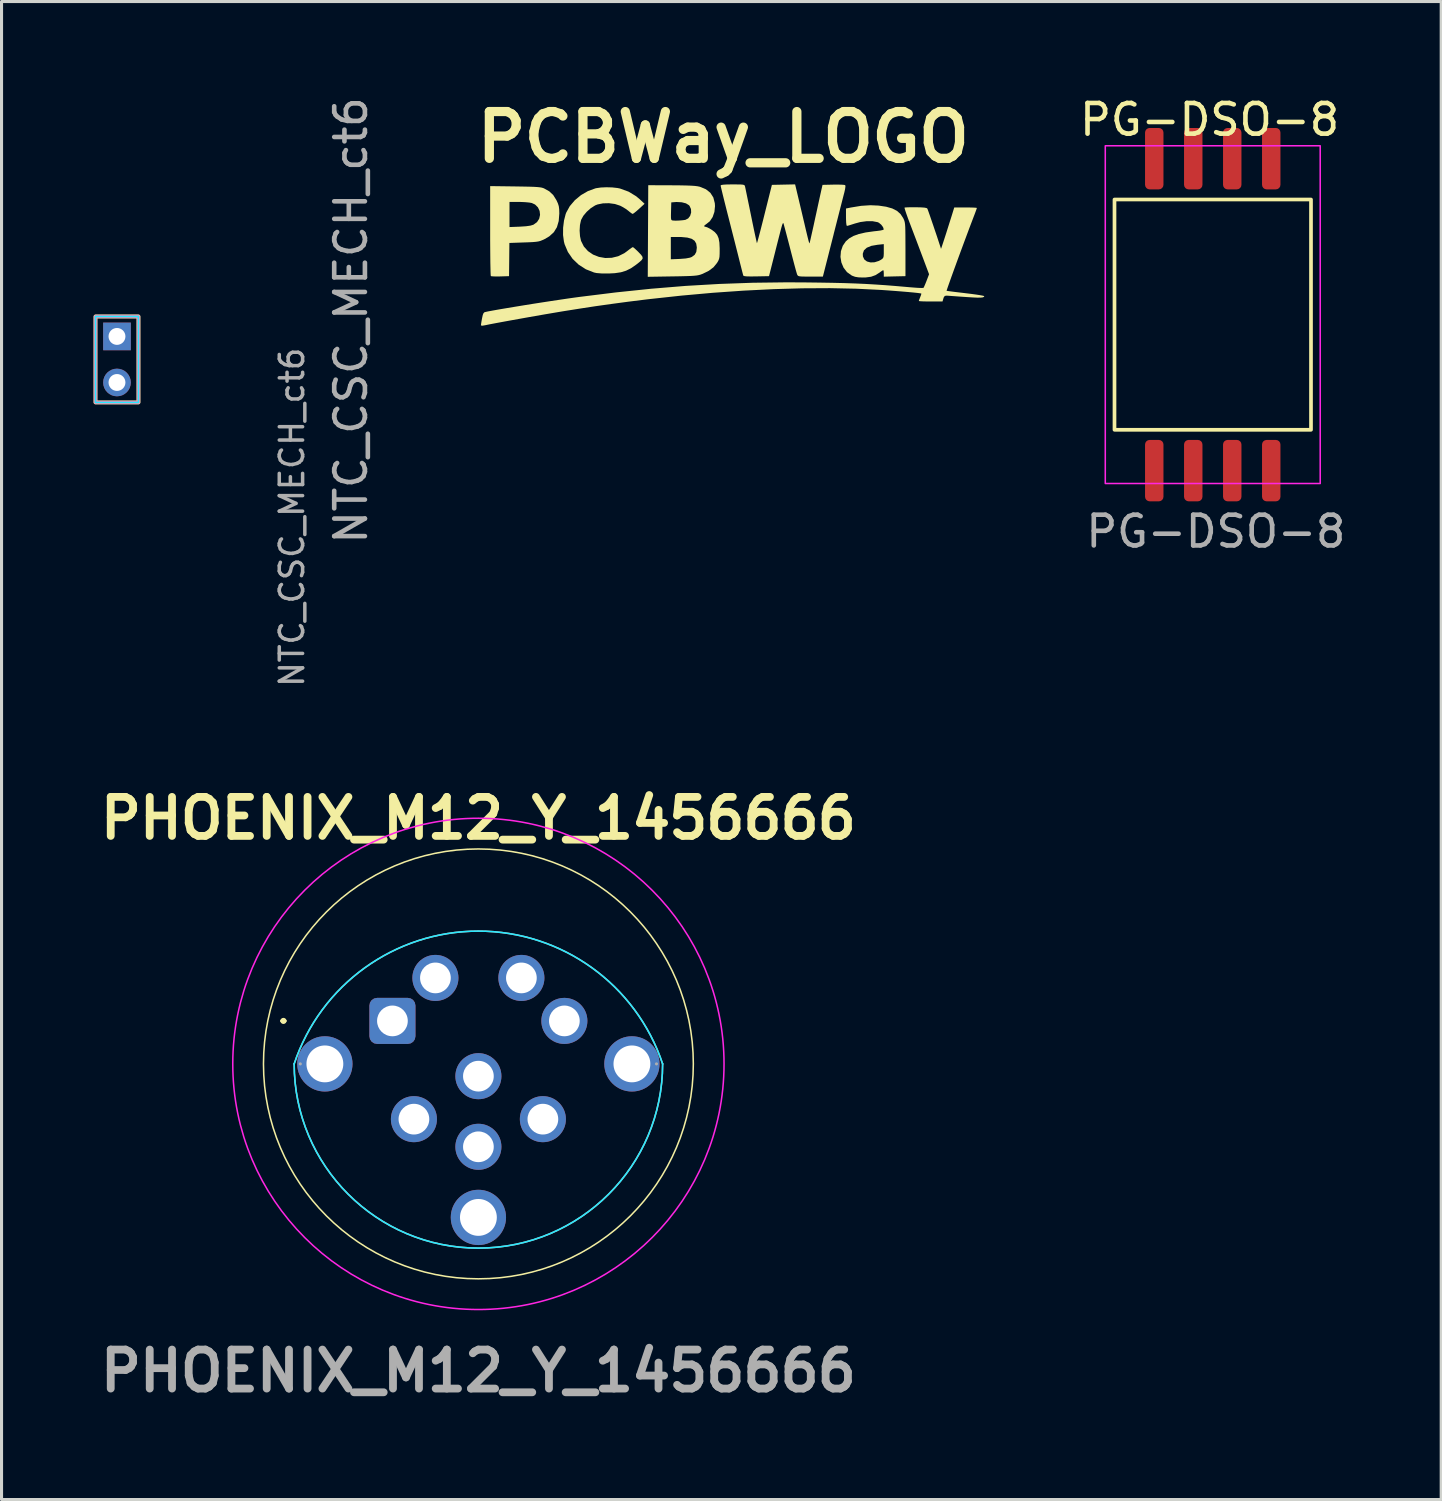
<source format=kicad_pcb>
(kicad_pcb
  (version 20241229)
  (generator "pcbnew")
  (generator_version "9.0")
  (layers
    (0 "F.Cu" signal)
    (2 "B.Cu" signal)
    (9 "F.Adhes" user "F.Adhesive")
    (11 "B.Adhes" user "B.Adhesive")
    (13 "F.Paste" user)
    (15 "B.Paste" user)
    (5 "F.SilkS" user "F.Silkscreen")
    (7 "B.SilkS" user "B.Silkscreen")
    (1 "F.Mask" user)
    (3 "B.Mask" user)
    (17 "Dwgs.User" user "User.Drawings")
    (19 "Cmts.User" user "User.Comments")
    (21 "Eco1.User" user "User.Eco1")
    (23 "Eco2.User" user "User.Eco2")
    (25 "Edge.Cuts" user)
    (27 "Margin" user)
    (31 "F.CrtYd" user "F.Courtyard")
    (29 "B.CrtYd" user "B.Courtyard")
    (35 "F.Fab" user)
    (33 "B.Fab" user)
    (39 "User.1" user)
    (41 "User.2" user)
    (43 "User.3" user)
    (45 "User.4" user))
  (footprint "NTC_CSC_MECH_ct6"
    (layer "F.Cu")
    (at 0.76 8.657)
    (property "Reference" "NTC_CSC_MECH_ct6" (at 7.62 -1.27 90) (layer "F.Fab") (effects (font (size 1 1) (thickness 0.15))))
    (attr through_hole)
    (fp_rect (start -0.7 -1.4) (end 0.7 1.4) (stroke (width 0.12) (type default)) (fill no) (layer "F.SilkS"))
    (fp_rect (start -0.7 -1.4) (end 0.7 1.4) (stroke (width 0.12) (type default)) (fill no) (layer "B.SilkS"))
    (fp_rect (start -0.7 -1.4) (end 0.7 1.4) (stroke (width 0.05) (type default)) (fill no) (layer "B.CrtYd"))
    (fp_rect (start -0.7 -1.4) (end 0.7 1.4) (stroke (width 0.05) (type default)) (fill no) (layer "F.CrtYd"))
    (fp_text user "${REFERENCE}" (at 5.7 5.14 90) (layer "F.Fab") (effects (font (size 0.76 0.76) (thickness 0.114))))
    (pad "1" thru_hole rect (at 0 -0.75) (size 0.9 0.9) (drill 0.55) (layers "*.Cu" "*.Mask"))
    (pad "2" thru_hole circle (at 0 0.75) (size 0.9 0.9) (drill 0.55) (layers "*.Cu" "*.Mask")))
  (footprint "PHOENIX_M12_Y_1456666"
    (layer "F.Cu")
    (at 12.531 31.6)
    (property "Reference" "PHOENIX_M12_Y_1456666" (at 0 -8 0) (layer "F.SilkS") (effects (font (size 1.27 1.27) (thickness 0.254))))
    (attr through_hole)
    (fp_line (start -6.4 -1.4) (end -6.4 -1.4) (stroke (width 0.1) (type solid)) (layer "F.SilkS"))
    (fp_line (start -6.3 -1.4) (end -6.3 -1.4) (stroke (width 0.1) (type solid)) (layer "F.SilkS"))
    (fp_arc (start -6.4 -1.4) (mid -6.35 -1.45) (end -6.3 -1.4) (stroke (width 0.1) (type solid)) (layer "F.SilkS"))
    (fp_arc (start -6.3 -1.4) (mid -6.35 -1.35) (end -6.4 -1.4) (stroke (width 0.1) (type solid)) (layer "F.SilkS"))
    (fp_circle (center 0 0) (end 7 0) (stroke (width 0.05) (type default)) (fill no) (layer "F.SilkS"))
    (fp_arc (start -6 0) (mid 0 -4.324556) (end 6 0) (stroke (width 0.05) (type default)) (layer "B.SilkS"))
    (fp_arc (start 6 0) (mid 0 6) (end -6 0) (stroke (width 0.05) (type default)) (layer "B.SilkS"))
    (fp_arc (start -6 0) (mid 0 -4.324555) (end 6 0) (stroke (width 0.05) (type default)) (layer "B.CrtYd"))
    (fp_arc (start 6 0) (mid 0 6) (end -6 0) (stroke (width 0.05) (type default)) (layer "B.CrtYd"))
    (fp_circle (center 0 0) (end 8 0) (stroke (width 0.05) (type default)) (fill no) (layer "F.CrtYd"))
    (fp_line (start -5.8 0) (end -5.8 0) (stroke (width 0.1) (type solid)) (layer "F.Fab"))
    (fp_line (start 5.8 0) (end 5.8 0) (stroke (width 0.1) (type solid)) (layer "F.Fab"))
    (fp_text user "${REFERENCE}" (at 0 10 0) (layer "F.Fab") (effects (font (size 1.27 1.27) (thickness 0.254))))
    (pad "1" thru_hole roundrect (at -2.8 -1.4) (size 1.5 1.5) (drill 1) (layers "*.Cu" "*.Mask") (roundrect_rratio 0.167))
    (pad "2" thru_hole circle (at -1.4 -2.8) (size 1.5 1.5) (drill 1) (layers "*.Cu" "*.Mask"))
    (pad "3" thru_hole circle (at 1.4 -2.8) (size 1.5 1.5) (drill 1) (layers "*.Cu" "*.Mask"))
    (pad "4" thru_hole circle (at 2.8 -1.4) (size 1.5 1.5) (drill 1) (layers "*.Cu" "*.Mask"))
    (pad "5" thru_hole circle (at 2.1 1.8) (size 1.5 1.5) (drill 1) (layers "*.Cu" "*.Mask"))
    (pad "6" thru_hole circle (at 0 2.7) (size 1.5 1.5) (drill 1) (layers "*.Cu" "*.Mask"))
    (pad "7" thru_hole circle (at -2.1 1.8) (size 1.5 1.5) (drill 1) (layers "*.Cu" "*.Mask"))
    (pad "8" thru_hole circle (at 0 0.4) (size 1.5 1.5) (drill 1) (layers "*.Cu" "*.Mask"))
    (pad "MH1" thru_hole circle (at -5 0) (size 1.8 1.8) (drill 1.2) (layers "*.Cu" "*.Mask"))
    (pad "MH1" thru_hole circle (at 0 5) (size 1.8 1.8) (drill 1.2) (layers "*.Cu" "*.Mask"))
    (pad "MH1" thru_hole circle (at 5 0) (size 1.8 1.8) (drill 1.2) (layers "*.Cu" "*.Mask")))
  (footprint "PG-DSO-8"
    (layer "F.Cu")
    (at 36.448 7.198)
    (property "Reference" "PG-DSO-8" (at -0.102 -6.35 0) (unlocked yes) (layer "F.SilkS") (effects (font (size 1 1) (thickness 0.15))))
    (attr smd)
    (fp_rect (start -3.2 -3.75) (end 3.2 3.75) (stroke (width 0.12) (type solid)) (fill no) (layer "F.SilkS"))
    (fp_rect (start -3.5 -5.5) (end 3.5 5.5) (stroke (width 0.05) (type solid)) (fill no) (layer "F.CrtYd"))
    (fp_text user "${REFERENCE}" (at 0.102 7.061 0) (unlocked yes) (layer "F.Fab") (effects (font (size 1 1) (thickness 0.15))))
    (pad "1" smd roundrect (at -1.905 5.08) (size 0.6 2) (layers "F.Cu" "F.Mask" "F.Paste") (roundrect_rratio 0.25))
    (pad "2" smd roundrect (at -0.635 5.08) (size 0.6 2) (layers "F.Cu" "F.Mask" "F.Paste") (roundrect_rratio 0.25))
    (pad "3" smd roundrect (at 0.635 5.08) (size 0.6 2) (layers "F.Cu" "F.Mask" "F.Paste") (roundrect_rratio 0.25))
    (pad "4" smd roundrect (at 1.905 5.08) (size 0.6 2) (layers "F.Cu" "F.Mask" "F.Paste") (roundrect_rratio 0.25))
    (pad "5" smd roundrect (at 1.905 -5.08) (size 0.6 2) (layers "F.Cu" "F.Mask" "F.Paste") (roundrect_rratio 0.25))
    (pad "6" smd roundrect (at 0.635 -5.08) (size 0.6 2) (layers "F.Cu" "F.Mask" "F.Paste") (roundrect_rratio 0.25))
    (pad "7" smd roundrect (at -0.635 -5.08) (size 0.6 2) (layers "F.Cu" "F.Mask" "F.Paste") (roundrect_rratio 0.25))
    (pad "8" smd roundrect (at -1.905 -5.08) (size 0.6 2) (layers "F.Cu" "F.Mask" "F.Paste") (roundrect_rratio 0.25)))
  (footprint "PCBWay_LOGO"
    (layer "F.Cu")
    (at 20.72 5.118)
    (property "Reference" "PCBWay_LOGO" (at -0.212 -3.7 0) (layer "F.SilkS") (effects (font (size 1.524 1.524) (thickness 0.3))))
    (attr board_only exclude_from_pos_files exclude_from_bom)
    (fp_poly (pts (xy -6.988 -2.096) (xy -6.737 -2.092) (xy -6.539 -2.088) (xy -6.386 -2.083) (xy -6.27 -2.076) (xy -6.184 -2.067) (xy -6.121 -2.056) (xy -6.073 -2.041) (xy -6.051 -2.032) (xy -5.881 -1.937) (xy -5.753 -1.817) (xy -5.651 -1.654) (xy -5.647 -1.647) (xy -5.599 -1.543) (xy -5.571 -1.454) (xy -5.558 -1.355) (xy -5.554 -1.223) (xy -5.554 -1.212) (xy -5.573 -0.969) (xy -5.632 -0.768) (xy -5.733 -0.604) (xy -5.881 -0.47) (xy -6.025 -0.385) (xy -6.102 -0.349) (xy -6.168 -0.322) (xy -6.237 -0.304) (xy -6.319 -0.292) (xy -6.429 -0.283) (xy -6.579 -0.276) (xy -6.701 -0.272) (xy -7.18 -0.255) (xy -7.185 0.285) (xy -7.191 0.826) (xy -7.477 0.835) (xy -7.602 0.837) (xy -7.705 0.834) (xy -7.77 0.828) (xy -7.784 0.822) (xy -7.789 0.789) (xy -7.793 0.701) (xy -7.796 0.565) (xy -7.8 0.387) (xy -7.802 0.172) (xy -7.804 -0.073) (xy -7.806 -0.343) (xy -7.806 -0.632) (xy -7.806 -0.653) (xy -7.806 -0.773) (xy -7.176 -0.773) (xy -6.838 -0.786) (xy -6.64 -0.799) (xy -6.497 -0.819) (xy -6.4 -0.848) (xy -6.394 -0.851) (xy -6.28 -0.934) (xy -6.209 -1.045) (xy -6.181 -1.17) (xy -6.195 -1.297) (xy -6.25 -1.414) (xy -6.344 -1.507) (xy -6.449 -1.556) (xy -6.531 -1.571) (xy -6.653 -1.583) (xy -6.794 -1.59) (xy -6.871 -1.591) (xy -7.176 -1.591) (xy -7.176 -0.773) (xy -7.806 -0.773) (xy -7.806 -2.107)) (stroke (width 0) (type solid)) (fill yes) (layer "F.SilkS"))
    (fp_poly (pts (xy -3.831 -2.064) (xy -3.66 -2.045) (xy -3.577 -2.028) (xy -3.298 -1.926) (xy -3.052 -1.777) (xy -2.934 -1.678) (xy -2.777 -1.531) (xy -2.957 -1.366) (xy -3.044 -1.289) (xy -3.115 -1.232) (xy -3.158 -1.203) (xy -3.164 -1.201) (xy -3.2 -1.219) (xy -3.262 -1.266) (xy -3.297 -1.295) (xy -3.387 -1.363) (xy -3.502 -1.432) (xy -3.571 -1.468) (xy -3.742 -1.524) (xy -3.936 -1.55) (xy -4.132 -1.545) (xy -4.309 -1.509) (xy -4.385 -1.479) (xy -4.527 -1.389) (xy -4.661 -1.27) (xy -4.772 -1.138) (xy -4.843 -1.008) (xy -4.847 -0.996) (xy -4.881 -0.841) (xy -4.892 -0.659) (xy -4.88 -0.476) (xy -4.847 -0.324) (xy -4.755 -0.14) (xy -4.621 0.01) (xy -4.454 0.124) (xy -4.263 0.199) (xy -4.057 0.235) (xy -3.845 0.228) (xy -3.636 0.177) (xy -3.438 0.079) (xy -3.348 0.014) (xy -3.264 -0.052) (xy -3.196 -0.1) (xy -3.16 -0.12) (xy -3.159 -0.12) (xy -3.128 -0.1) (xy -3.068 -0.047) (xy -2.989 0.028) (xy -2.972 0.046) (xy -2.89 0.131) (xy -2.846 0.195) (xy -2.839 0.249) (xy -2.875 0.306) (xy -2.954 0.376) (xy -3.055 0.455) (xy -3.22 0.569) (xy -3.379 0.648) (xy -3.548 0.7) (xy -3.745 0.729) (xy -3.933 0.739) (xy -4.164 0.739) (xy -4.338 0.725) (xy -4.423 0.707) (xy -4.689 0.602) (xy -4.923 0.452) (xy -5.121 0.262) (xy -5.275 0.038) (xy -5.381 -0.212) (xy -5.404 -0.303) (xy -5.432 -0.514) (xy -5.43 -0.75) (xy -5.401 -0.985) (xy -5.347 -1.196) (xy -5.328 -1.245) (xy -5.213 -1.453) (xy -5.049 -1.646) (xy -4.848 -1.813) (xy -4.622 -1.944) (xy -4.382 -2.032) (xy -4.353 -2.039) (xy -4.203 -2.061) (xy -4.02 -2.069)) (stroke (width 0) (type solid)) (fill yes) (layer "F.SilkS"))
    (fp_poly (pts (xy 4.845 -1.472) (xy 5.092 -1.435) (xy 5.289 -1.379) (xy 5.442 -1.301) (xy 5.559 -1.197) (xy 5.647 -1.063) (xy 5.65 -1.056) (xy 5.67 -1.013) (xy 5.686 -0.972) (xy 5.698 -0.923) (xy 5.707 -0.859) (xy 5.713 -0.774) (xy 5.716 -0.659) (xy 5.718 -0.507) (xy 5.719 -0.31) (xy 5.72 -0.062) (xy 5.72 0.826) (xy 5.367 0.834) (xy 5.014 0.843) (xy 5.014 0.737) (xy 5.01 0.667) (xy 4.999 0.631) (xy 4.997 0.63) (xy 4.965 0.647) (xy 4.904 0.688) (xy 4.883 0.705) (xy 4.745 0.793) (xy 4.6 0.845) (xy 4.428 0.868) (xy 4.332 0.87) (xy 4.187 0.865) (xy 4.079 0.847) (xy 3.985 0.812) (xy 3.967 0.803) (xy 3.816 0.695) (xy 3.704 0.55) (xy 3.633 0.381) (xy 3.603 0.198) (xy 3.612 0.095) (xy 4.33 0.095) (xy 4.335 0.186) (xy 4.38 0.283) (xy 4.466 0.348) (xy 4.581 0.379) (xy 4.713 0.374) (xy 4.851 0.331) (xy 4.913 0.298) (xy 4.964 0.264) (xy 4.994 0.23) (xy 5.009 0.179) (xy 5.014 0.097) (xy 5.014 0.009) (xy 5.014 -0.217) (xy 4.811 -0.196) (xy 4.609 -0.161) (xy 4.461 -0.1) (xy 4.368 -0.015) (xy 4.33 0.095) (xy 3.612 0.095) (xy 3.618 0.013) (xy 3.679 -0.163) (xy 3.777 -0.307) (xy 3.887 -0.404) (xy 4.026 -0.483) (xy 4.203 -0.547) (xy 4.423 -0.597) (xy 4.693 -0.635) (xy 4.796 -0.646) (xy 4.902 -0.66) (xy 4.979 -0.677) (xy 5.013 -0.694) (xy 5.014 -0.696) (xy 4.99 -0.77) (xy 4.932 -0.849) (xy 4.856 -0.912) (xy 4.815 -0.932) (xy 4.652 -0.963) (xy 4.457 -0.964) (xy 4.25 -0.936) (xy 4.075 -0.889) (xy 3.963 -0.853) (xy 3.873 -0.825) (xy 3.819 -0.811) (xy 3.812 -0.811) (xy 3.799 -0.839) (xy 3.789 -0.916) (xy 3.784 -1.033) (xy 3.783 -1.094) (xy 3.783 -1.377) (xy 3.941 -1.409) (xy 4.275 -1.464) (xy 4.578 -1.484)) (stroke (width 0) (type solid)) (fill yes) (layer "F.SilkS"))
    (fp_poly (pts (xy -1.893 -2.133) (xy -1.634 -2.131) (xy -1.427 -2.127) (xy -1.265 -2.121) (xy -1.142 -2.113) (xy -1.049 -2.101) (xy -0.979 -2.086) (xy -0.972 -2.084) (xy -0.778 -2.003) (xy -0.634 -1.888) (xy -0.537 -1.736) (xy -0.489 -1.548) (xy -0.483 -1.453) (xy -0.502 -1.267) (xy -0.56 -1.099) (xy -0.651 -0.962) (xy -0.765 -0.871) (xy -0.825 -0.828) (xy -0.837 -0.795) (xy -0.798 -0.781) (xy -0.791 -0.781) (xy -0.739 -0.765) (xy -0.659 -0.725) (xy -0.592 -0.685) (xy -0.487 -0.606) (xy -0.413 -0.518) (xy -0.366 -0.409) (xy -0.34 -0.268) (xy -0.331 -0.081) (xy -0.331 -0.043) (xy -0.332 0.097) (xy -0.337 0.195) (xy -0.351 0.265) (xy -0.376 0.326) (xy -0.416 0.394) (xy -0.419 0.398) (xy -0.531 0.536) (xy -0.684 0.651) (xy -0.885 0.75) (xy -0.904 0.757) (xy -0.958 0.777) (xy -1.014 0.792) (xy -1.08 0.804) (xy -1.166 0.813) (xy -1.278 0.82) (xy -1.426 0.825) (xy -1.616 0.83) (xy -1.859 0.834) (xy -1.869 0.834) (xy -2.673 0.847) (xy -2.666 -0.45) (xy -1.922 -0.45) (xy -1.922 0.277) (xy -1.629 0.265) (xy -1.436 0.25) (xy -1.3 0.224) (xy -1.239 0.201) (xy -1.144 0.13) (xy -1.092 0.036) (xy -1.076 -0.096) (xy -1.076 -0.115) (xy -1.095 -0.236) (xy -1.149 -0.327) (xy -1.244 -0.391) (xy -1.384 -0.43) (xy -1.575 -0.448) (xy -1.674 -0.45) (xy -1.922 -0.45) (xy -2.666 -0.45) (xy -2.665 -0.644) (xy -2.662 -1.152) (xy -1.918 -1.152) (xy -1.917 -1.067) (xy -1.909 -1.018) (xy -1.892 -0.996) (xy -1.864 -0.987) (xy -1.855 -0.986) (xy -1.769 -0.981) (xy -1.652 -0.985) (xy -1.534 -0.995) (xy -1.449 -1.007) (xy -1.356 -1.055) (xy -1.292 -1.14) (xy -1.26 -1.247) (xy -1.265 -1.359) (xy -1.311 -1.46) (xy -1.332 -1.485) (xy -1.429 -1.545) (xy -1.567 -1.58) (xy -1.734 -1.589) (xy -1.786 -1.586) (xy -1.907 -1.576) (xy -1.915 -1.286) (xy -1.918 -1.152) (xy -2.662 -1.152) (xy -2.657 -2.136)) (stroke (width 0) (type solid)) (fill yes) (layer "F.SilkS"))
    (fp_poly (pts (xy 2.221 -1.765) (xy 2.265 -1.579) (xy 2.317 -1.361) (xy 2.37 -1.136) (xy 2.418 -0.932) (xy 2.422 -0.916) (xy 2.473 -0.697) (xy 2.513 -0.53) (xy 2.543 -0.408) (xy 2.564 -0.326) (xy 2.578 -0.275) (xy 2.588 -0.25) (xy 2.594 -0.244) (xy 2.596 -0.245) (xy 2.604 -0.276) (xy 2.624 -0.358) (xy 2.652 -0.483) (xy 2.688 -0.643) (xy 2.73 -0.831) (xy 2.774 -1.036) (xy 2.822 -1.254) (xy 2.867 -1.462) (xy 2.908 -1.649) (xy 2.942 -1.805) (xy 2.968 -1.922) (xy 2.981 -1.982) (xy 3.019 -2.147) (xy 3.376 -2.155) (xy 3.517 -2.156) (xy 3.637 -2.153) (xy 3.722 -2.147) (xy 3.759 -2.137) (xy 3.765 -2.096) (xy 3.754 -2.012) (xy 3.729 -1.899) (xy 3.726 -1.889) (xy 3.705 -1.809) (xy 3.672 -1.68) (xy 3.628 -1.508) (xy 3.575 -1.301) (xy 3.516 -1.069) (xy 3.452 -0.818) (xy 3.385 -0.556) (xy 3.378 -0.525) (xy 3.313 -0.269) (xy 3.251 -0.026) (xy 3.195 0.195) (xy 3.146 0.387) (xy 3.106 0.544) (xy 3.077 0.658) (xy 3.061 0.722) (xy 3.059 0.728) (xy 3.03 0.841) (xy 2.625 0.841) (xy 2.462 0.84) (xy 2.349 0.838) (xy 2.276 0.832) (xy 2.233 0.821) (xy 2.209 0.803) (xy 2.194 0.777) (xy 2.192 0.773) (xy 2.177 0.725) (xy 2.149 0.628) (xy 2.112 0.492) (xy 2.068 0.325) (xy 2.019 0.138) (xy 1.995 0.045) (xy 1.943 -0.157) (xy 1.893 -0.349) (xy 1.848 -0.52) (xy 1.811 -0.66) (xy 1.785 -0.757) (xy 1.778 -0.781) (xy 1.765 -0.83) (xy 1.754 -0.871) (xy 1.745 -0.897) (xy 1.735 -0.904) (xy 1.722 -0.887) (xy 1.704 -0.842) (xy 1.681 -0.763) (xy 1.65 -0.646) (xy 1.609 -0.487) (xy 1.556 -0.28) (xy 1.49 -0.02) (xy 1.478 0.03) (xy 1.276 0.826) (xy 0.863 0.834) (xy 0.687 0.836) (xy 0.564 0.834) (xy 0.486 0.827) (xy 0.446 0.815) (xy 0.437 0.804) (xy 0.426 0.763) (xy 0.403 0.675) (xy 0.371 0.549) (xy 0.332 0.396) (xy 0.301 0.27) (xy 0.261 0.111) (xy 0.209 -0.094) (xy 0.149 -0.331) (xy 0.083 -0.589) (xy 0.016 -0.853) (xy -0.05 -1.113) (xy -0.062 -1.158) (xy -0.12 -1.387) (xy -0.173 -1.597) (xy -0.219 -1.782) (xy -0.256 -1.934) (xy -0.283 -2.047) (xy -0.298 -2.113) (xy -0.3 -2.127) (xy -0.279 -2.142) (xy -0.212 -2.153) (xy -0.094 -2.16) (xy 0.079 -2.162) (xy 0.089 -2.162) (xy 0.249 -2.161) (xy 0.358 -2.159) (xy 0.427 -2.153) (xy 0.466 -2.142) (xy 0.485 -2.123) (xy 0.495 -2.096) (xy 0.495 -2.094) (xy 0.505 -2.048) (xy 0.525 -1.952) (xy 0.554 -1.812) (xy 0.59 -1.637) (xy 0.632 -1.436) (xy 0.677 -1.215) (xy 0.692 -1.142) (xy 0.737 -0.921) (xy 0.779 -0.718) (xy 0.816 -0.543) (xy 0.847 -0.402) (xy 0.869 -0.303) (xy 0.881 -0.253) (xy 0.883 -0.248) (xy 0.892 -0.274) (xy 0.914 -0.351) (xy 0.947 -0.473) (xy 0.989 -0.633) (xy 1.038 -0.824) (xy 1.093 -1.04) (xy 1.131 -1.192) (xy 1.37 -2.147) (xy 1.748 -2.155) (xy 2.126 -2.163)) (stroke (width 0) (type solid)) (fill yes) (layer "F.SilkS"))
    (fp_poly (pts (xy 6.058 -1.418) (xy 6.225 -1.414) (xy 6.339 -1.406) (xy 6.407 -1.392) (xy 6.432 -1.375) (xy 6.447 -1.338) (xy 6.477 -1.255) (xy 6.519 -1.135) (xy 6.569 -0.989) (xy 6.625 -0.826) (xy 6.682 -0.657) (xy 6.738 -0.492) (xy 6.788 -0.34) (xy 6.83 -0.212) (xy 6.861 -0.118) (xy 6.876 -0.068) (xy 6.877 -0.063) (xy 6.886 -0.084) (xy 6.91 -0.155) (xy 6.948 -0.27) (xy 6.998 -0.423) (xy 7.057 -0.606) (xy 7.122 -0.813) (xy 7.193 -1.037) (xy 7.228 -1.148) (xy 7.309 -1.411) (xy 7.678 -1.411) (xy 7.819 -1.41) (xy 7.935 -1.407) (xy 8.014 -1.402) (xy 8.046 -1.396) (xy 8.046 -1.396) (xy 8.036 -1.363) (xy 8.009 -1.287) (xy 7.97 -1.182) (xy 7.945 -1.118) (xy 7.881 -0.949) (xy 7.806 -0.752) (xy 7.725 -0.535) (xy 7.639 -0.304) (xy 7.551 -0.066) (xy 7.463 0.172) (xy 7.378 0.404) (xy 7.298 0.624) (xy 7.226 0.823) (xy 7.164 0.997) (xy 7.114 1.138) (xy 7.079 1.239) (xy 7.061 1.294) (xy 7.059 1.302) (xy 7.091 1.308) (xy 7.174 1.32) (xy 7.298 1.336) (xy 7.454 1.355) (xy 7.634 1.376) (xy 7.679 1.382) (xy 7.862 1.404) (xy 8.023 1.426) (xy 8.153 1.446) (xy 8.243 1.463) (xy 8.285 1.476) (xy 8.287 1.478) (xy 8.276 1.501) (xy 8.239 1.517) (xy 8.17 1.525) (xy 8.061 1.526) (xy 7.908 1.519) (xy 7.702 1.506) (xy 7.659 1.503) (xy 7.482 1.491) (xy 7.321 1.479) (xy 7.189 1.47) (xy 7.096 1.463) (xy 7.057 1.461) (xy 7.001 1.47) (xy 6.967 1.517) (xy 6.955 1.554) (xy 6.927 1.651) (xy 6.541 1.651) (xy 6.396 1.65) (xy 6.277 1.647) (xy 6.193 1.642) (xy 6.156 1.636) (xy 6.155 1.635) (xy 6.165 1.6) (xy 6.192 1.532) (xy 6.2 1.511) (xy 6.227 1.44) (xy 6.238 1.397) (xy 6.237 1.393) (xy 6.202 1.385) (xy 6.114 1.373) (xy 5.981 1.359) (xy 5.81 1.343) (xy 5.608 1.326) (xy 5.382 1.308) (xy 5.141 1.29) (xy 4.924 1.275) (xy 4.117 1.235) (xy 3.26 1.217) (xy 2.359 1.222) (xy 1.419 1.249) (xy 0.446 1.298) (xy -0.554 1.368) (xy -1.577 1.46) (xy -2.616 1.573) (xy -2.777 1.592) (xy -3.33 1.661) (xy -3.858 1.732) (xy -4.377 1.805) (xy -4.899 1.885) (xy -5.44 1.971) (xy -6.013 2.068) (xy -6.545 2.161) (xy -6.873 2.22) (xy -7.17 2.273) (xy -7.431 2.321) (xy -7.651 2.362) (xy -7.825 2.395) (xy -7.946 2.42) (xy -7.981 2.427) (xy -8.07 2.441) (xy -8.106 2.429) (xy -8.106 2.425) (xy -8.101 2.381) (xy -8.088 2.297) (xy -8.071 2.202) (xy -8.047 2.092) (xy -8.022 2.03) (xy -7.989 2) (xy -7.973 1.996) (xy -7.867 1.973) (xy -7.709 1.944) (xy -7.508 1.908) (xy -7.27 1.868) (xy -7.005 1.824) (xy -6.719 1.777) (xy -6.421 1.729) (xy -6.119 1.682) (xy -5.82 1.636) (xy -5.532 1.593) (xy -5.263 1.553) (xy -5.021 1.519) (xy -4.894 1.502) (xy -3.707 1.355) (xy -2.561 1.236) (xy -1.444 1.144) (xy -0.345 1.08) (xy 0.747 1.041) (xy 1.845 1.027) (xy 2.442 1.03) (xy 2.916 1.036) (xy 3.339 1.043) (xy 3.723 1.052) (xy 4.077 1.064) (xy 4.412 1.079) (xy 4.737 1.098) (xy 5.063 1.12) (xy 5.4 1.147) (xy 5.758 1.178) (xy 5.825 1.184) (xy 5.985 1.197) (xy 6.125 1.207) (xy 6.232 1.211) (xy 6.295 1.21) (xy 6.308 1.206) (xy 6.327 1.17) (xy 6.361 1.093) (xy 6.402 0.991) (xy 6.408 0.975) (xy 6.489 0.764) (xy 6.264 0.164) (xy 6.181 -0.055) (xy 6.091 -0.295) (xy 6 -0.534) (xy 5.917 -0.753) (xy 5.856 -0.913) (xy 5.797 -1.071) (xy 5.748 -1.208) (xy 5.712 -1.316) (xy 5.692 -1.385) (xy 5.689 -1.406) (xy 5.724 -1.412) (xy 5.806 -1.416) (xy 5.923 -1.418)) (stroke (width 0) (type solid)) (fill yes) (layer "F.SilkS")))
  (gr_rect
    (start -3 -3)
    (end 43.889 45.788)
    (stroke (width 0.1) (type default))
    (fill no)
    (layer "Edge.Cuts")))
</source>
